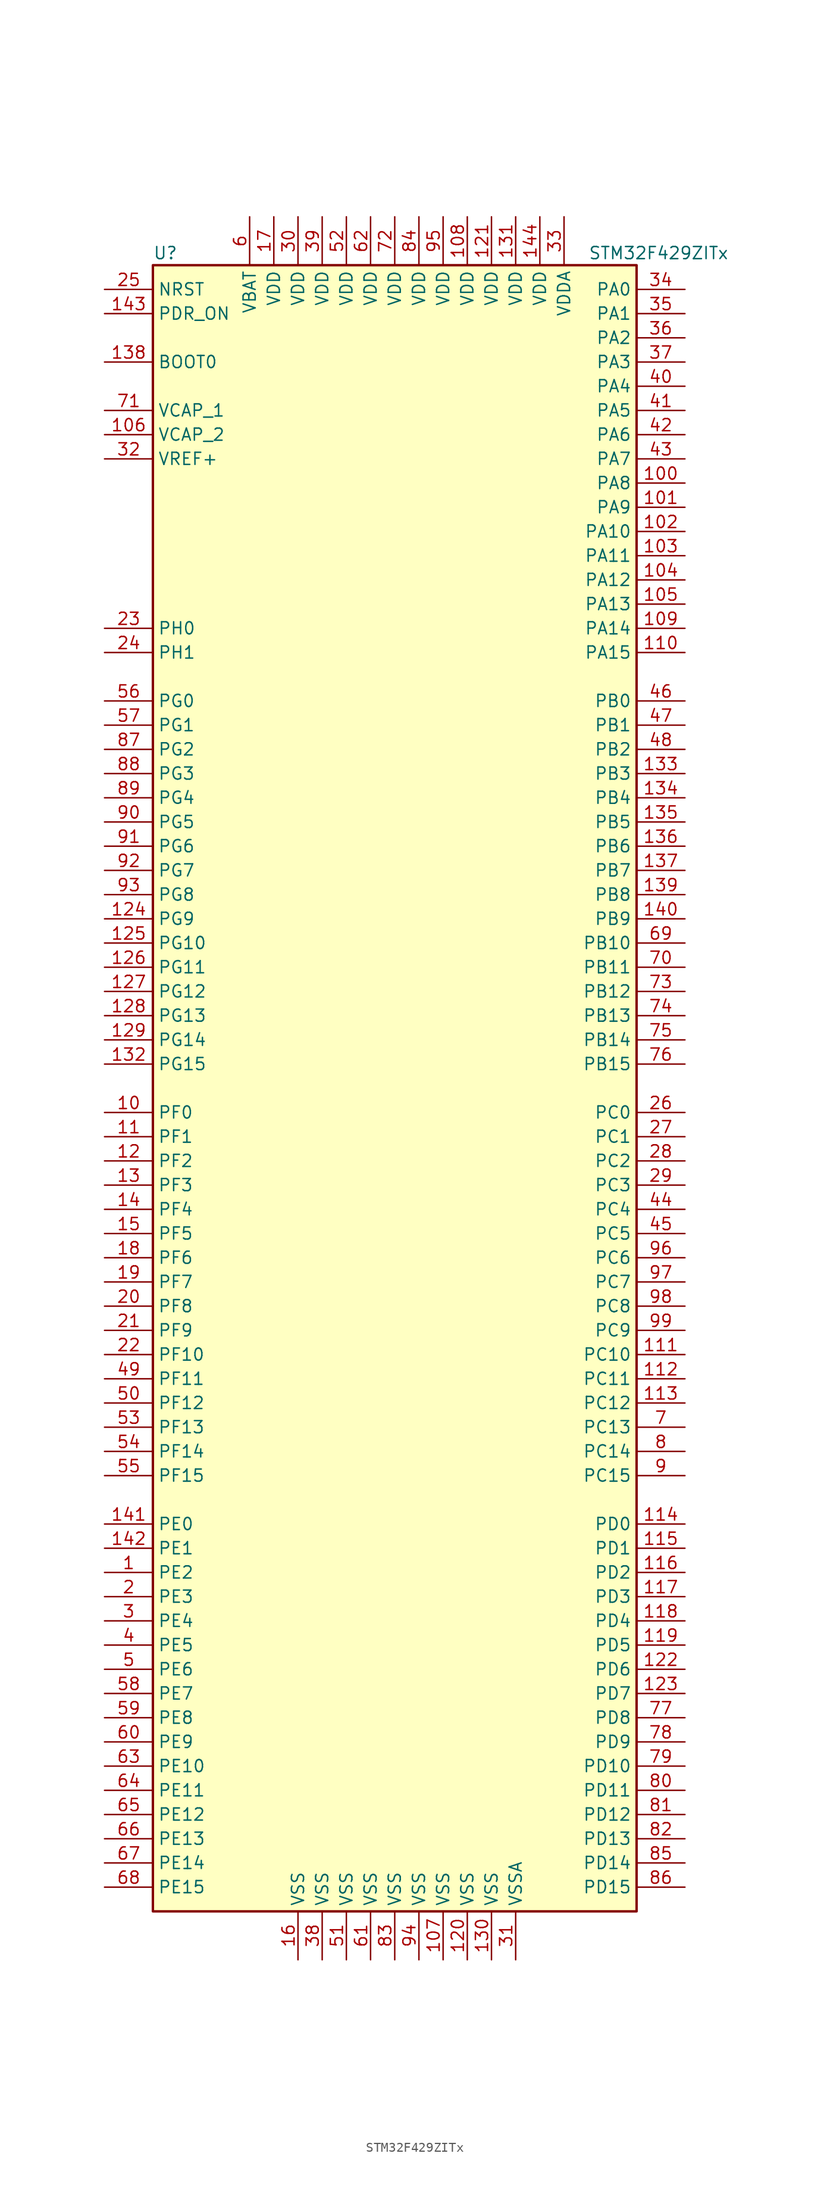
<source format=kicad_sym>
(kicad_symbol_lib
  (version 20201005)
  (generator kicad_symbol_editor)
  (symbol "STM32F429ZITx"
    (property "Reference" "U"
      (at -25.4 87.63 0)
      (effects (font (size 1.27 1.27)) (justify left)))
    (property "Value" "STM32F429ZITx"
      (at 20.32 87.63 0)
      (effects (font (size 1.27 1.27)) (justify left)))
    (symbol "STM32F429ZITx_0_1"
      (rectangle (start -25.4 -86.36) (end 25.4 86.36) (stroke (width 0.254)) (fill (type background))))
    (symbol "STM32F429ZITx_1_1"
      (pin bidirectional line (at -30.48 -50.8 0) (length 5.08) (name "PE2" (effects (font (size 1.27 1.27)))) (number "1" (effects (font (size 1.27 1.27)))))
      (pin bidirectional line (at -30.48 -2.54 0) (length 5.08) (name "PF0" (effects (font (size 1.27 1.27)))) (number "10" (effects (font (size 1.27 1.27)))))
      (pin bidirectional line (at 30.48 63.5 180) (length 5.08) (name "PA8" (effects (font (size 1.27 1.27)))) (number "100" (effects (font (size 1.27 1.27)))))
      (pin bidirectional line (at 30.48 60.96 180) (length 5.08) (name "PA9" (effects (font (size 1.27 1.27)))) (number "101" (effects (font (size 1.27 1.27)))))
      (pin bidirectional line (at 30.48 58.42 180) (length 5.08) (name "PA10" (effects (font (size 1.27 1.27)))) (number "102" (effects (font (size 1.27 1.27)))))
      (pin bidirectional line (at 30.48 55.88 180) (length 5.08) (name "PA11" (effects (font (size 1.27 1.27)))) (number "103" (effects (font (size 1.27 1.27)))))
      (pin bidirectional line (at 30.48 53.34 180) (length 5.08) (name "PA12" (effects (font (size 1.27 1.27)))) (number "104" (effects (font (size 1.27 1.27)))))
      (pin bidirectional line (at 30.48 50.8 180) (length 5.08) (name "PA13" (effects (font (size 1.27 1.27)))) (number "105" (effects (font (size 1.27 1.27)))))
      (pin power_in line (at -30.48 68.58 0) (length 5.08) (name "VCAP_2" (effects (font (size 1.27 1.27)))) (number "106" (effects (font (size 1.27 1.27)))))
      (pin power_in line (at 5.08 -91.44 90) (length 5.08) (name "VSS" (effects (font (size 1.27 1.27)))) (number "107" (effects (font (size 1.27 1.27)))))
      (pin power_in line (at 7.62 91.44 270) (length 5.08) (name "VDD" (effects (font (size 1.27 1.27)))) (number "108" (effects (font (size 1.27 1.27)))))
      (pin bidirectional line (at 30.48 48.26 180) (length 5.08) (name "PA14" (effects (font (size 1.27 1.27)))) (number "109" (effects (font (size 1.27 1.27)))))
      (pin bidirectional line (at -30.48 -5.08 0) (length 5.08) (name "PF1" (effects (font (size 1.27 1.27)))) (number "11" (effects (font (size 1.27 1.27)))))
      (pin bidirectional line (at 30.48 45.72 180) (length 5.08) (name "PA15" (effects (font (size 1.27 1.27)))) (number "110" (effects (font (size 1.27 1.27)))))
      (pin bidirectional line (at 30.48 -27.94 180) (length 5.08) (name "PC10" (effects (font (size 1.27 1.27)))) (number "111" (effects (font (size 1.27 1.27)))))
      (pin bidirectional line (at 30.48 -30.48 180) (length 5.08) (name "PC11" (effects (font (size 1.27 1.27)))) (number "112" (effects (font (size 1.27 1.27)))))
      (pin bidirectional line (at 30.48 -33.02 180) (length 5.08) (name "PC12" (effects (font (size 1.27 1.27)))) (number "113" (effects (font (size 1.27 1.27)))))
      (pin bidirectional line (at 30.48 -45.72 180) (length 5.08) (name "PD0" (effects (font (size 1.27 1.27)))) (number "114" (effects (font (size 1.27 1.27)))))
      (pin bidirectional line (at 30.48 -48.26 180) (length 5.08) (name "PD1" (effects (font (size 1.27 1.27)))) (number "115" (effects (font (size 1.27 1.27)))))
      (pin bidirectional line (at 30.48 -50.8 180) (length 5.08) (name "PD2" (effects (font (size 1.27 1.27)))) (number "116" (effects (font (size 1.27 1.27)))))
      (pin bidirectional line (at 30.48 -53.34 180) (length 5.08) (name "PD3" (effects (font (size 1.27 1.27)))) (number "117" (effects (font (size 1.27 1.27)))))
      (pin bidirectional line (at 30.48 -55.88 180) (length 5.08) (name "PD4" (effects (font (size 1.27 1.27)))) (number "118" (effects (font (size 1.27 1.27)))))
      (pin bidirectional line (at 30.48 -58.42 180) (length 5.08) (name "PD5" (effects (font (size 1.27 1.27)))) (number "119" (effects (font (size 1.27 1.27)))))
      (pin bidirectional line (at -30.48 -7.62 0) (length 5.08) (name "PF2" (effects (font (size 1.27 1.27)))) (number "12" (effects (font (size 1.27 1.27)))))
      (pin power_in line (at 7.62 -91.44 90) (length 5.08) (name "VSS" (effects (font (size 1.27 1.27)))) (number "120" (effects (font (size 1.27 1.27)))))
      (pin power_in line (at 10.16 91.44 270) (length 5.08) (name "VDD" (effects (font (size 1.27 1.27)))) (number "121" (effects (font (size 1.27 1.27)))))
      (pin bidirectional line (at 30.48 -60.96 180) (length 5.08) (name "PD6" (effects (font (size 1.27 1.27)))) (number "122" (effects (font (size 1.27 1.27)))))
      (pin bidirectional line (at 30.48 -63.5 180) (length 5.08) (name "PD7" (effects (font (size 1.27 1.27)))) (number "123" (effects (font (size 1.27 1.27)))))
      (pin bidirectional line (at -30.48 17.78 0) (length 5.08) (name "PG9" (effects (font (size 1.27 1.27)))) (number "124" (effects (font (size 1.27 1.27)))))
      (pin bidirectional line (at -30.48 15.24 0) (length 5.08) (name "PG10" (effects (font (size 1.27 1.27)))) (number "125" (effects (font (size 1.27 1.27)))))
      (pin bidirectional line (at -30.48 12.7 0) (length 5.08) (name "PG11" (effects (font (size 1.27 1.27)))) (number "126" (effects (font (size 1.27 1.27)))))
      (pin bidirectional line (at -30.48 10.16 0) (length 5.08) (name "PG12" (effects (font (size 1.27 1.27)))) (number "127" (effects (font (size 1.27 1.27)))))
      (pin bidirectional line (at -30.48 7.62 0) (length 5.08) (name "PG13" (effects (font (size 1.27 1.27)))) (number "128" (effects (font (size 1.27 1.27)))))
      (pin bidirectional line (at -30.48 5.08 0) (length 5.08) (name "PG14" (effects (font (size 1.27 1.27)))) (number "129" (effects (font (size 1.27 1.27)))))
      (pin bidirectional line (at -30.48 -10.16 0) (length 5.08) (name "PF3" (effects (font (size 1.27 1.27)))) (number "13" (effects (font (size 1.27 1.27)))))
      (pin power_in line (at 10.16 -91.44 90) (length 5.08) (name "VSS" (effects (font (size 1.27 1.27)))) (number "130" (effects (font (size 1.27 1.27)))))
      (pin power_in line (at 12.7 91.44 270) (length 5.08) (name "VDD" (effects (font (size 1.27 1.27)))) (number "131" (effects (font (size 1.27 1.27)))))
      (pin bidirectional line (at -30.48 2.54 0) (length 5.08) (name "PG15" (effects (font (size 1.27 1.27)))) (number "132" (effects (font (size 1.27 1.27)))))
      (pin bidirectional line (at 30.48 33.02 180) (length 5.08) (name "PB3" (effects (font (size 1.27 1.27)))) (number "133" (effects (font (size 1.27 1.27)))))
      (pin bidirectional line (at 30.48 30.48 180) (length 5.08) (name "PB4" (effects (font (size 1.27 1.27)))) (number "134" (effects (font (size 1.27 1.27)))))
      (pin bidirectional line (at 30.48 27.94 180) (length 5.08) (name "PB5" (effects (font (size 1.27 1.27)))) (number "135" (effects (font (size 1.27 1.27)))))
      (pin bidirectional line (at 30.48 25.4 180) (length 5.08) (name "PB6" (effects (font (size 1.27 1.27)))) (number "136" (effects (font (size 1.27 1.27)))))
      (pin bidirectional line (at 30.48 22.86 180) (length 5.08) (name "PB7" (effects (font (size 1.27 1.27)))) (number "137" (effects (font (size 1.27 1.27)))))
      (pin input line (at -30.48 76.2 0) (length 5.08) (name "BOOT0" (effects (font (size 1.27 1.27)))) (number "138" (effects (font (size 1.27 1.27)))))
      (pin bidirectional line (at 30.48 20.32 180) (length 5.08) (name "PB8" (effects (font (size 1.27 1.27)))) (number "139" (effects (font (size 1.27 1.27)))))
      (pin bidirectional line (at -30.48 -12.7 0) (length 5.08) (name "PF4" (effects (font (size 1.27 1.27)))) (number "14" (effects (font (size 1.27 1.27)))))
      (pin bidirectional line (at 30.48 17.78 180) (length 5.08) (name "PB9" (effects (font (size 1.27 1.27)))) (number "140" (effects (font (size 1.27 1.27)))))
      (pin bidirectional line (at -30.48 -45.72 0) (length 5.08) (name "PE0" (effects (font (size 1.27 1.27)))) (number "141" (effects (font (size 1.27 1.27)))))
      (pin bidirectional line (at -30.48 -48.26 0) (length 5.08) (name "PE1" (effects (font (size 1.27 1.27)))) (number "142" (effects (font (size 1.27 1.27)))))
      (pin input line (at -30.48 81.28 0) (length 5.08) (name "PDR_ON" (effects (font (size 1.27 1.27)))) (number "143" (effects (font (size 1.27 1.27)))))
      (pin power_in line (at 15.24 91.44 270) (length 5.08) (name "VDD" (effects (font (size 1.27 1.27)))) (number "144" (effects (font (size 1.27 1.27)))))
      (pin bidirectional line (at -30.48 -15.24 0) (length 5.08) (name "PF5" (effects (font (size 1.27 1.27)))) (number "15" (effects (font (size 1.27 1.27)))))
      (pin power_in line (at -10.16 -91.44 90) (length 5.08) (name "VSS" (effects (font (size 1.27 1.27)))) (number "16" (effects (font (size 1.27 1.27)))))
      (pin power_in line (at -12.7 91.44 270) (length 5.08) (name "VDD" (effects (font (size 1.27 1.27)))) (number "17" (effects (font (size 1.27 1.27)))))
      (pin bidirectional line (at -30.48 -17.78 0) (length 5.08) (name "PF6" (effects (font (size 1.27 1.27)))) (number "18" (effects (font (size 1.27 1.27)))))
      (pin bidirectional line (at -30.48 -20.32 0) (length 5.08) (name "PF7" (effects (font (size 1.27 1.27)))) (number "19" (effects (font (size 1.27 1.27)))))
      (pin bidirectional line (at -30.48 -53.34 0) (length 5.08) (name "PE3" (effects (font (size 1.27 1.27)))) (number "2" (effects (font (size 1.27 1.27)))))
      (pin bidirectional line (at -30.48 -22.86 0) (length 5.08) (name "PF8" (effects (font (size 1.27 1.27)))) (number "20" (effects (font (size 1.27 1.27)))))
      (pin bidirectional line (at -30.48 -25.4 0) (length 5.08) (name "PF9" (effects (font (size 1.27 1.27)))) (number "21" (effects (font (size 1.27 1.27)))))
      (pin bidirectional line (at -30.48 -27.94 0) (length 5.08) (name "PF10" (effects (font (size 1.27 1.27)))) (number "22" (effects (font (size 1.27 1.27)))))
      (pin input line (at -30.48 48.26 0) (length 5.08) (name "PH0" (effects (font (size 1.27 1.27)))) (number "23" (effects (font (size 1.27 1.27)))))
      (pin input line (at -30.48 45.72 0) (length 5.08) (name "PH1" (effects (font (size 1.27 1.27)))) (number "24" (effects (font (size 1.27 1.27)))))
      (pin input line (at -30.48 83.82 0) (length 5.08) (name "NRST" (effects (font (size 1.27 1.27)))) (number "25" (effects (font (size 1.27 1.27)))))
      (pin bidirectional line (at 30.48 -2.54 180) (length 5.08) (name "PC0" (effects (font (size 1.27 1.27)))) (number "26" (effects (font (size 1.27 1.27)))))
      (pin bidirectional line (at 30.48 -5.08 180) (length 5.08) (name "PC1" (effects (font (size 1.27 1.27)))) (number "27" (effects (font (size 1.27 1.27)))))
      (pin bidirectional line (at 30.48 -7.62 180) (length 5.08) (name "PC2" (effects (font (size 1.27 1.27)))) (number "28" (effects (font (size 1.27 1.27)))))
      (pin bidirectional line (at 30.48 -10.16 180) (length 5.08) (name "PC3" (effects (font (size 1.27 1.27)))) (number "29" (effects (font (size 1.27 1.27)))))
      (pin bidirectional line (at -30.48 -55.88 0) (length 5.08) (name "PE4" (effects (font (size 1.27 1.27)))) (number "3" (effects (font (size 1.27 1.27)))))
      (pin power_in line (at -10.16 91.44 270) (length 5.08) (name "VDD" (effects (font (size 1.27 1.27)))) (number "30" (effects (font (size 1.27 1.27)))))
      (pin power_in line (at 12.7 -91.44 90) (length 5.08) (name "VSSA" (effects (font (size 1.27 1.27)))) (number "31" (effects (font (size 1.27 1.27)))))
      (pin power_in line (at -30.48 66.04 0) (length 5.08) (name "VREF+" (effects (font (size 1.27 1.27)))) (number "32" (effects (font (size 1.27 1.27)))))
      (pin power_in line (at 17.78 91.44 270) (length 5.08) (name "VDDA" (effects (font (size 1.27 1.27)))) (number "33" (effects (font (size 1.27 1.27)))))
      (pin bidirectional line (at 30.48 83.82 180) (length 5.08) (name "PA0" (effects (font (size 1.27 1.27)))) (number "34" (effects (font (size 1.27 1.27)))))
      (pin bidirectional line (at 30.48 81.28 180) (length 5.08) (name "PA1" (effects (font (size 1.27 1.27)))) (number "35" (effects (font (size 1.27 1.27)))))
      (pin bidirectional line (at 30.48 78.74 180) (length 5.08) (name "PA2" (effects (font (size 1.27 1.27)))) (number "36" (effects (font (size 1.27 1.27)))))
      (pin bidirectional line (at 30.48 76.2 180) (length 5.08) (name "PA3" (effects (font (size 1.27 1.27)))) (number "37" (effects (font (size 1.27 1.27)))))
      (pin power_in line (at -7.62 -91.44 90) (length 5.08) (name "VSS" (effects (font (size 1.27 1.27)))) (number "38" (effects (font (size 1.27 1.27)))))
      (pin power_in line (at -7.62 91.44 270) (length 5.08) (name "VDD" (effects (font (size 1.27 1.27)))) (number "39" (effects (font (size 1.27 1.27)))))
      (pin bidirectional line (at -30.48 -58.42 0) (length 5.08) (name "PE5" (effects (font (size 1.27 1.27)))) (number "4" (effects (font (size 1.27 1.27)))))
      (pin bidirectional line (at 30.48 73.66 180) (length 5.08) (name "PA4" (effects (font (size 1.27 1.27)))) (number "40" (effects (font (size 1.27 1.27)))))
      (pin bidirectional line (at 30.48 71.12 180) (length 5.08) (name "PA5" (effects (font (size 1.27 1.27)))) (number "41" (effects (font (size 1.27 1.27)))))
      (pin bidirectional line (at 30.48 68.58 180) (length 5.08) (name "PA6" (effects (font (size 1.27 1.27)))) (number "42" (effects (font (size 1.27 1.27)))))
      (pin bidirectional line (at 30.48 66.04 180) (length 5.08) (name "PA7" (effects (font (size 1.27 1.27)))) (number "43" (effects (font (size 1.27 1.27)))))
      (pin bidirectional line (at 30.48 -12.7 180) (length 5.08) (name "PC4" (effects (font (size 1.27 1.27)))) (number "44" (effects (font (size 1.27 1.27)))))
      (pin bidirectional line (at 30.48 -15.24 180) (length 5.08) (name "PC5" (effects (font (size 1.27 1.27)))) (number "45" (effects (font (size 1.27 1.27)))))
      (pin bidirectional line (at 30.48 40.64 180) (length 5.08) (name "PB0" (effects (font (size 1.27 1.27)))) (number "46" (effects (font (size 1.27 1.27)))))
      (pin bidirectional line (at 30.48 38.1 180) (length 5.08) (name "PB1" (effects (font (size 1.27 1.27)))) (number "47" (effects (font (size 1.27 1.27)))))
      (pin bidirectional line (at 30.48 35.56 180) (length 5.08) (name "PB2" (effects (font (size 1.27 1.27)))) (number "48" (effects (font (size 1.27 1.27)))))
      (pin bidirectional line (at -30.48 -30.48 0) (length 5.08) (name "PF11" (effects (font (size 1.27 1.27)))) (number "49" (effects (font (size 1.27 1.27)))))
      (pin bidirectional line (at -30.48 -60.96 0) (length 5.08) (name "PE6" (effects (font (size 1.27 1.27)))) (number "5" (effects (font (size 1.27 1.27)))))
      (pin bidirectional line (at -30.48 -33.02 0) (length 5.08) (name "PF12" (effects (font (size 1.27 1.27)))) (number "50" (effects (font (size 1.27 1.27)))))
      (pin power_in line (at -5.08 -91.44 90) (length 5.08) (name "VSS" (effects (font (size 1.27 1.27)))) (number "51" (effects (font (size 1.27 1.27)))))
      (pin power_in line (at -5.08 91.44 270) (length 5.08) (name "VDD" (effects (font (size 1.27 1.27)))) (number "52" (effects (font (size 1.27 1.27)))))
      (pin bidirectional line (at -30.48 -35.56 0) (length 5.08) (name "PF13" (effects (font (size 1.27 1.27)))) (number "53" (effects (font (size 1.27 1.27)))))
      (pin bidirectional line (at -30.48 -38.1 0) (length 5.08) (name "PF14" (effects (font (size 1.27 1.27)))) (number "54" (effects (font (size 1.27 1.27)))))
      (pin bidirectional line (at -30.48 -40.64 0) (length 5.08) (name "PF15" (effects (font (size 1.27 1.27)))) (number "55" (effects (font (size 1.27 1.27)))))
      (pin bidirectional line (at -30.48 40.64 0) (length 5.08) (name "PG0" (effects (font (size 1.27 1.27)))) (number "56" (effects (font (size 1.27 1.27)))))
      (pin bidirectional line (at -30.48 38.1 0) (length 5.08) (name "PG1" (effects (font (size 1.27 1.27)))) (number "57" (effects (font (size 1.27 1.27)))))
      (pin bidirectional line (at -30.48 -63.5 0) (length 5.08) (name "PE7" (effects (font (size 1.27 1.27)))) (number "58" (effects (font (size 1.27 1.27)))))
      (pin bidirectional line (at -30.48 -66.04 0) (length 5.08) (name "PE8" (effects (font (size 1.27 1.27)))) (number "59" (effects (font (size 1.27 1.27)))))
      (pin power_in line (at -15.24 91.44 270) (length 5.08) (name "VBAT" (effects (font (size 1.27 1.27)))) (number "6" (effects (font (size 1.27 1.27)))))
      (pin bidirectional line (at -30.48 -68.58 0) (length 5.08) (name "PE9" (effects (font (size 1.27 1.27)))) (number "60" (effects (font (size 1.27 1.27)))))
      (pin power_in line (at -2.54 -91.44 90) (length 5.08) (name "VSS" (effects (font (size 1.27 1.27)))) (number "61" (effects (font (size 1.27 1.27)))))
      (pin power_in line (at -2.54 91.44 270) (length 5.08) (name "VDD" (effects (font (size 1.27 1.27)))) (number "62" (effects (font (size 1.27 1.27)))))
      (pin bidirectional line (at -30.48 -71.12 0) (length 5.08) (name "PE10" (effects (font (size 1.27 1.27)))) (number "63" (effects (font (size 1.27 1.27)))))
      (pin bidirectional line (at -30.48 -73.66 0) (length 5.08) (name "PE11" (effects (font (size 1.27 1.27)))) (number "64" (effects (font (size 1.27 1.27)))))
      (pin bidirectional line (at -30.48 -76.2 0) (length 5.08) (name "PE12" (effects (font (size 1.27 1.27)))) (number "65" (effects (font (size 1.27 1.27)))))
      (pin bidirectional line (at -30.48 -78.74 0) (length 5.08) (name "PE13" (effects (font (size 1.27 1.27)))) (number "66" (effects (font (size 1.27 1.27)))))
      (pin bidirectional line (at -30.48 -81.28 0) (length 5.08) (name "PE14" (effects (font (size 1.27 1.27)))) (number "67" (effects (font (size 1.27 1.27)))))
      (pin bidirectional line (at -30.48 -83.82 0) (length 5.08) (name "PE15" (effects (font (size 1.27 1.27)))) (number "68" (effects (font (size 1.27 1.27)))))
      (pin bidirectional line (at 30.48 15.24 180) (length 5.08) (name "PB10" (effects (font (size 1.27 1.27)))) (number "69" (effects (font (size 1.27 1.27)))))
      (pin bidirectional line (at 30.48 -35.56 180) (length 5.08) (name "PC13" (effects (font (size 1.27 1.27)))) (number "7" (effects (font (size 1.27 1.27)))))
      (pin bidirectional line (at 30.48 12.7 180) (length 5.08) (name "PB11" (effects (font (size 1.27 1.27)))) (number "70" (effects (font (size 1.27 1.27)))))
      (pin power_in line (at -30.48 71.12 0) (length 5.08) (name "VCAP_1" (effects (font (size 1.27 1.27)))) (number "71" (effects (font (size 1.27 1.27)))))
      (pin power_in line (at 0 91.44 270) (length 5.08) (name "VDD" (effects (font (size 1.27 1.27)))) (number "72" (effects (font (size 1.27 1.27)))))
      (pin bidirectional line (at 30.48 10.16 180) (length 5.08) (name "PB12" (effects (font (size 1.27 1.27)))) (number "73" (effects (font (size 1.27 1.27)))))
      (pin bidirectional line (at 30.48 7.62 180) (length 5.08) (name "PB13" (effects (font (size 1.27 1.27)))) (number "74" (effects (font (size 1.27 1.27)))))
      (pin bidirectional line (at 30.48 5.08 180) (length 5.08) (name "PB14" (effects (font (size 1.27 1.27)))) (number "75" (effects (font (size 1.27 1.27)))))
      (pin bidirectional line (at 30.48 2.54 180) (length 5.08) (name "PB15" (effects (font (size 1.27 1.27)))) (number "76" (effects (font (size 1.27 1.27)))))
      (pin bidirectional line (at 30.48 -66.04 180) (length 5.08) (name "PD8" (effects (font (size 1.27 1.27)))) (number "77" (effects (font (size 1.27 1.27)))))
      (pin bidirectional line (at 30.48 -68.58 180) (length 5.08) (name "PD9" (effects (font (size 1.27 1.27)))) (number "78" (effects (font (size 1.27 1.27)))))
      (pin bidirectional line (at 30.48 -71.12 180) (length 5.08) (name "PD10" (effects (font (size 1.27 1.27)))) (number "79" (effects (font (size 1.27 1.27)))))
      (pin bidirectional line (at 30.48 -38.1 180) (length 5.08) (name "PC14" (effects (font (size 1.27 1.27)))) (number "8" (effects (font (size 1.27 1.27)))))
      (pin bidirectional line (at 30.48 -73.66 180) (length 5.08) (name "PD11" (effects (font (size 1.27 1.27)))) (number "80" (effects (font (size 1.27 1.27)))))
      (pin bidirectional line (at 30.48 -76.2 180) (length 5.08) (name "PD12" (effects (font (size 1.27 1.27)))) (number "81" (effects (font (size 1.27 1.27)))))
      (pin bidirectional line (at 30.48 -78.74 180) (length 5.08) (name "PD13" (effects (font (size 1.27 1.27)))) (number "82" (effects (font (size 1.27 1.27)))))
      (pin power_in line (at 0 -91.44 90) (length 5.08) (name "VSS" (effects (font (size 1.27 1.27)))) (number "83" (effects (font (size 1.27 1.27)))))
      (pin power_in line (at 2.54 91.44 270) (length 5.08) (name "VDD" (effects (font (size 1.27 1.27)))) (number "84" (effects (font (size 1.27 1.27)))))
      (pin bidirectional line (at 30.48 -81.28 180) (length 5.08) (name "PD14" (effects (font (size 1.27 1.27)))) (number "85" (effects (font (size 1.27 1.27)))))
      (pin bidirectional line (at 30.48 -83.82 180) (length 5.08) (name "PD15" (effects (font (size 1.27 1.27)))) (number "86" (effects (font (size 1.27 1.27)))))
      (pin bidirectional line (at -30.48 35.56 0) (length 5.08) (name "PG2" (effects (font (size 1.27 1.27)))) (number "87" (effects (font (size 1.27 1.27)))))
      (pin bidirectional line (at -30.48 33.02 0) (length 5.08) (name "PG3" (effects (font (size 1.27 1.27)))) (number "88" (effects (font (size 1.27 1.27)))))
      (pin bidirectional line (at -30.48 30.48 0) (length 5.08) (name "PG4" (effects (font (size 1.27 1.27)))) (number "89" (effects (font (size 1.27 1.27)))))
      (pin bidirectional line (at 30.48 -40.64 180) (length 5.08) (name "PC15" (effects (font (size 1.27 1.27)))) (number "9" (effects (font (size 1.27 1.27)))))
      (pin bidirectional line (at -30.48 27.94 0) (length 5.08) (name "PG5" (effects (font (size 1.27 1.27)))) (number "90" (effects (font (size 1.27 1.27)))))
      (pin bidirectional line (at -30.48 25.4 0) (length 5.08) (name "PG6" (effects (font (size 1.27 1.27)))) (number "91" (effects (font (size 1.27 1.27)))))
      (pin bidirectional line (at -30.48 22.86 0) (length 5.08) (name "PG7" (effects (font (size 1.27 1.27)))) (number "92" (effects (font (size 1.27 1.27)))))
      (pin bidirectional line (at -30.48 20.32 0) (length 5.08) (name "PG8" (effects (font (size 1.27 1.27)))) (number "93" (effects (font (size 1.27 1.27)))))
      (pin power_in line (at 2.54 -91.44 90) (length 5.08) (name "VSS" (effects (font (size 1.27 1.27)))) (number "94" (effects (font (size 1.27 1.27)))))
      (pin power_in line (at 5.08 91.44 270) (length 5.08) (name "VDD" (effects (font (size 1.27 1.27)))) (number "95" (effects (font (size 1.27 1.27)))))
      (pin bidirectional line (at 30.48 -17.78 180) (length 5.08) (name "PC6" (effects (font (size 1.27 1.27)))) (number "96" (effects (font (size 1.27 1.27)))))
      (pin bidirectional line (at 30.48 -20.32 180) (length 5.08) (name "PC7" (effects (font (size 1.27 1.27)))) (number "97" (effects (font (size 1.27 1.27)))))
      (pin bidirectional line (at 30.48 -22.86 180) (length 5.08) (name "PC8" (effects (font (size 1.27 1.27)))) (number "98" (effects (font (size 1.27 1.27)))))
      (pin bidirectional line (at 30.48 -25.4 180) (length 5.08) (name "PC9" (effects (font (size 1.27 1.27)))) (number "99" (effects (font (size 1.27 1.27))))))))
</source>
